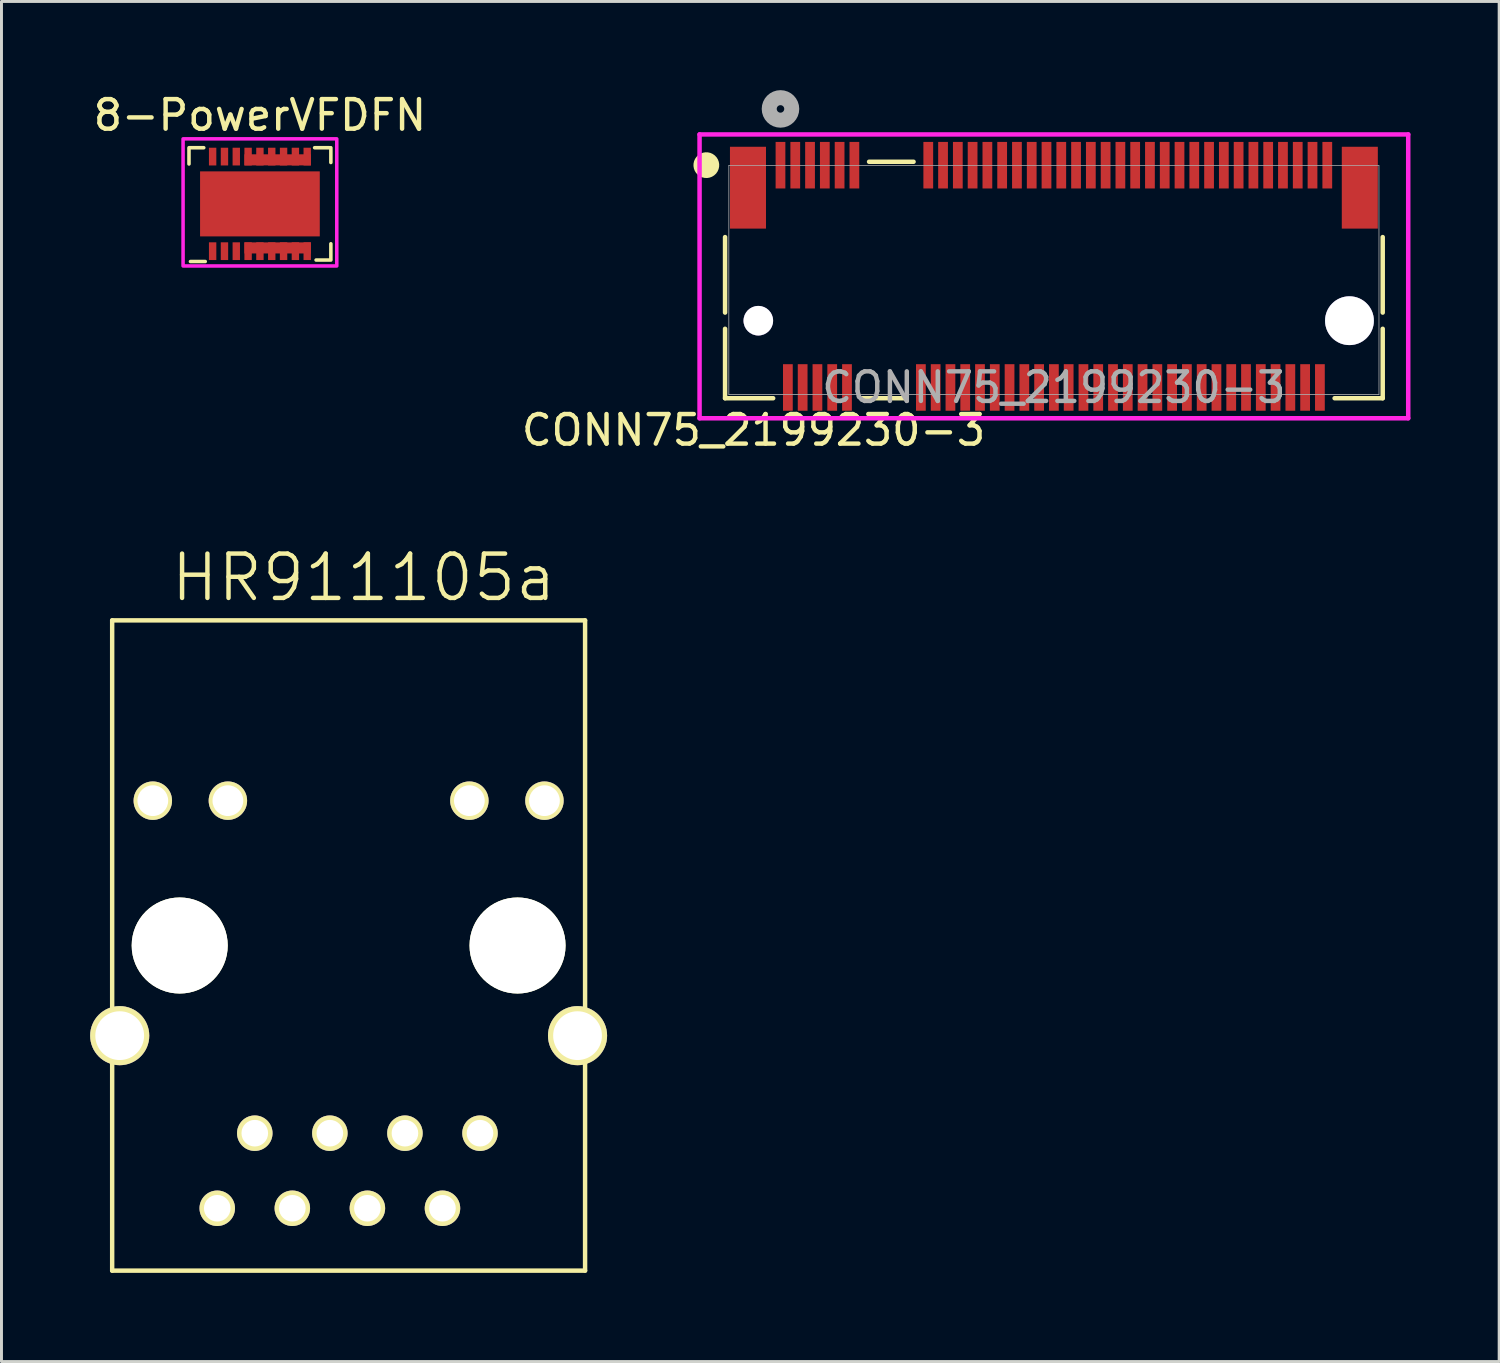
<source format=kicad_pcb>
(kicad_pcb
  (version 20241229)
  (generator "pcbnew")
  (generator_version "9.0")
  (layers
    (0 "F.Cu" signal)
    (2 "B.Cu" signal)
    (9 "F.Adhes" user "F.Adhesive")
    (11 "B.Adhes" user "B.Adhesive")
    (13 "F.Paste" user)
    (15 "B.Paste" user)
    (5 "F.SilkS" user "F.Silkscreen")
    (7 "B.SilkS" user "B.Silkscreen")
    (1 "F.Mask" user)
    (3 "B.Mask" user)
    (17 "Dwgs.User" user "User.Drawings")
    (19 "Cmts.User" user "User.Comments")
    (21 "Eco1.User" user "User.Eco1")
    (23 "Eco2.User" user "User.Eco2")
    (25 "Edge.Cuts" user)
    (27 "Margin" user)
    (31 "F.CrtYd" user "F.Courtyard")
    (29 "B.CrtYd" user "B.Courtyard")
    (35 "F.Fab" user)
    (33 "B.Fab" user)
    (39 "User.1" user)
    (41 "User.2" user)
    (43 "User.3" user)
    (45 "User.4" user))
  (footprint "HR911105a"
    (layer "F.Cu")
    (at 8.745 28.939)
    (property "Reference" "HR911105a" (at 0.508 -12.446 0) (layer "F.SilkS") (effects (font (size 1.5 1.5) (thickness 0.15))))
    (attr through_hole)
    (fp_line (start -8 -11) (end -8 11) (stroke (width 0.15) (type solid)) (layer "F.SilkS"))
    (fp_line (start -8 11) (end 8 11) (stroke (width 0.15) (type solid)) (layer "F.SilkS"))
    (fp_line (start 8 -11) (end -8 -11) (stroke (width 0.15) (type solid)) (layer "F.SilkS"))
    (fp_line (start 8 11) (end 8 -11) (stroke (width 0.15) (type solid)) (layer "F.SilkS"))
    (pad "" np_thru_hole circle (at -5.715 0) (size 3.25 3.25) (drill 3.25) (layers "*.Cu" "*.Mask" "F.SilkS"))
    (pad "" np_thru_hole circle (at 5.715 0) (size 3.25 3.25) (drill 3.25) (layers "*.Cu" "*.Mask" "F.SilkS"))
    (pad "1" thru_hole circle (at 4.445 6.35) (size 1.2 1.2) (drill 0.9) (layers "*.Cu" "*.Mask" "F.SilkS"))
    (pad "2" thru_hole circle (at 3.175 8.89) (size 1.2 1.2) (drill 0.9) (layers "*.Cu" "*.Mask" "F.SilkS"))
    (pad "3" thru_hole circle (at 1.905 6.35) (size 1.2 1.2) (drill 0.9) (layers "*.Cu" "*.Mask" "F.SilkS"))
    (pad "4" thru_hole circle (at 0.635 8.89) (size 1.2 1.2) (drill 0.9) (layers "*.Cu" "*.Mask" "F.SilkS"))
    (pad "5" thru_hole circle (at -0.635 6.35) (size 1.2 1.2) (drill 0.9) (layers "*.Cu" "*.Mask" "F.SilkS"))
    (pad "6" thru_hole circle (at -1.905 8.89) (size 1.2 1.2) (drill 0.9) (layers "*.Cu" "*.Mask" "F.SilkS"))
    (pad "7" thru_hole circle (at -3.175 6.35) (size 1.2 1.2) (drill 0.9) (layers "*.Cu" "*.Mask" "F.SilkS"))
    (pad "8" thru_hole circle (at -4.445 8.89) (size 1.2 1.2) (drill 0.9) (layers "*.Cu" "*.Mask" "F.SilkS"))
    (pad "9" thru_hole circle (at 6.625 -4.9) (size 1.3 1.3) (drill 1.04) (layers "*.Cu" "*.Mask" "F.SilkS"))
    (pad "10" thru_hole circle (at 4.085 -4.9) (size 1.3 1.3) (drill 1.04) (layers "*.Cu" "*.Mask" "F.SilkS"))
    (pad "11" thru_hole circle (at -4.085 -4.9) (size 1.3 1.3) (drill 1.04) (layers "*.Cu" "*.Mask" "F.SilkS"))
    (pad "12" thru_hole circle (at -6.625 -4.9) (size 1.3 1.3) (drill 1.04) (layers "*.Cu" "*.Mask" "F.SilkS"))
    (pad "13" thru_hole circle (at 7.745 3.05) (size 2 2) (drill 1.65) (layers "*.Cu" "*.Mask" "F.SilkS"))
    (pad "14" thru_hole circle (at -7.745 3.05) (size 2 2) (drill 1.65) (layers "*.Cu" "*.Mask" "F.SilkS")))
  (footprint "8-PowerVFDFN"
    (layer "F.Cu")
    (at 5.744 3.848)
    (property "Reference" "8-PowerVFDFN" (at 0 -3 0) (unlocked yes) (layer "F.SilkS") (effects (font (size 1 1) (thickness 0.15))))
    (attr smd)
    (fp_line (start -2.4 -1.9) (end -1.9 -1.9) (stroke (width 0.12) (type default)) (layer "F.SilkS"))
    (fp_line (start -2.4 -1.35) (end -2.4 -1.85) (stroke (width 0.12) (type default)) (layer "F.SilkS"))
    (fp_line (start -1.85 1.95) (end -2.35 1.95) (stroke (width 0.12) (type default)) (layer "F.SilkS"))
    (fp_line (start 1.85 -1.9) (end 2.35 -1.9) (stroke (width 0.12) (type default)) (layer "F.SilkS"))
    (fp_line (start 2.4 -1.9) (end 2.4 -1.4) (stroke (width 0.12) (type default)) (layer "F.SilkS"))
    (fp_line (start 2.4 1.35) (end 2.4 1.85) (stroke (width 0.12) (type default)) (layer "F.SilkS"))
    (fp_line (start 2.4 1.9) (end 1.9 1.9) (stroke (width 0.12) (type default)) (layer "F.SilkS"))
    (fp_rect (start -1.93 -1) (end -1.192 -0.15) (stroke (width 0) (type solid)) (fill yes) (layer "F.Paste"))
    (fp_rect (start -1.93 0.15) (end -1.192 1) (stroke (width 0) (type solid)) (fill yes) (layer "F.Paste"))
    (fp_rect (start -0.892 -1) (end -0.154 -0.15) (stroke (width 0) (type solid)) (fill yes) (layer "F.Paste"))
    (fp_rect (start -0.892 0.15) (end -0.154 1) (stroke (width 0) (type solid)) (fill yes) (layer "F.Paste"))
    (fp_rect (start 0.146 -1) (end 0.884 -0.15) (stroke (width 0) (type solid)) (fill yes) (layer "F.Paste"))
    (fp_rect (start 0.146 0.15) (end 0.884 1) (stroke (width 0) (type solid)) (fill yes) (layer "F.Paste"))
    (fp_rect (start 1.184 -1) (end 1.922 -0.15) (stroke (width 0) (type solid)) (fill yes) (layer "F.Paste"))
    (fp_rect (start 1.184 0.15) (end 1.922 1) (stroke (width 0) (type solid)) (fill yes) (layer "F.Paste"))
    (fp_rect (start -2.6 -2.2) (end 2.6 2.1) (stroke (width 0.12) (type default)) (fill no) (layer "F.CrtYd"))
    (pad "1" smd rect (at -1.6 1.6) (size 0.25 0.6) (layers "F.Cu" "F.Mask" "F.Paste"))
    (pad "2" smd rect (at -1.2 1.6) (size 0.25 0.6) (layers "F.Cu" "F.Mask" "F.Paste"))
    (pad "3" smd rect (at -0.8 1.6) (size 0.25 0.6) (layers "F.Cu" "F.Mask" "F.Paste"))
    (pad "4" smd rect (at -0.4 1.6) (size 0.25 0.6) (layers "F.Cu" "F.Mask" "F.Paste"))
    (pad "4" smd rect (at 0 1.6) (size 0.25 0.6) (layers "F.Cu" "F.Mask" "F.Paste"))
    (pad "4" smd rect (at 0.4 1.6) (size 0.25 0.6) (layers "F.Cu" "F.Mask" "F.Paste"))
    (pad "4" smd rect (at 0.6 1.49) (size 2.25 0.375) (layers "F.Cu" "F.Mask" "F.Paste"))
    (pad "4" smd rect (at 0.8 1.6) (size 0.25 0.6) (layers "F.Cu" "F.Mask" "F.Paste"))
    (pad "4" smd rect (at 1.2 1.6) (size 0.25 0.6) (layers "F.Cu" "F.Mask" "F.Paste"))
    (pad "4" smd rect (at 1.6 1.6) (size 0.25 0.6) (layers "F.Cu" "F.Mask" "F.Paste"))
    (pad "5" smd rect (at -0.4 -1.6) (size 0.25 0.6) (layers "F.Cu" "F.Mask" "F.Paste"))
    (pad "5" smd rect (at 0 -1.6) (size 0.25 0.6) (layers "F.Cu" "F.Mask" "F.Paste"))
    (pad "5" smd rect (at 0.4 -1.6) (size 0.25 0.6) (layers "F.Cu" "F.Mask" "F.Paste"))
    (pad "5" smd rect (at 0.6 -1.49) (size 2.25 0.375) (layers "F.Cu" "F.Mask" "F.Paste"))
    (pad "5" smd rect (at 0.8 -1.6) (size 0.25 0.6) (layers "F.Cu" "F.Mask" "F.Paste"))
    (pad "5" smd rect (at 1.2 -1.6) (size 0.25 0.6) (layers "F.Cu" "F.Mask" "F.Paste"))
    (pad "5" smd rect (at 1.6 -1.6) (size 0.25 0.6) (layers "F.Cu" "F.Mask" "F.Paste"))
    (pad "6" smd rect (at -0.8 -1.6) (size 0.25 0.6) (layers "F.Cu" "F.Mask" "F.Paste"))
    (pad "7" smd rect (at -1.2 -1.6) (size 0.25 0.6) (layers "F.Cu" "F.Mask" "F.Paste"))
    (pad "8" smd rect (at -1.6 -1.6) (size 0.25 0.6) (layers "F.Cu" "F.Mask" "F.Paste"))
    (pad "9" smd rect (at 0 0) (size 4.05 2.2) (layers "F.Cu" "F.Mask")))
  (footprint "CONN75_2199230-3"
    (layer "F.Cu")
    (at 32.606 6.423)
    (property "Reference" "CONN75_2199230-3" (at -10.16 5.08 0) (unlocked yes) (layer "F.SilkS") (effects (font (size 1 1) (thickness 0.15))))
    (attr smd)
    (fp_line (start -11.125 -1.451) (end -11.125 1.102) (stroke (width 0.152) (type solid)) (layer "F.SilkS"))
    (fp_line (start -11.125 1.651) (end -11.125 4) (stroke (width 0.152) (type solid)) (layer "F.SilkS"))
    (fp_line (start -11.125 4) (end -9.498 4) (stroke (width 0.152) (type solid)) (layer "F.SilkS"))
    (fp_line (start -6.502 4) (end -4.998 4) (stroke (width 0.152) (type solid)) (layer "F.SilkS"))
    (fp_line (start -4.748 -4) (end -6.252 -4) (stroke (width 0.152) (type solid)) (layer "F.SilkS"))
    (fp_line (start 9.498 4) (end 11.125 4) (stroke (width 0.152) (type solid)) (layer "F.SilkS"))
    (fp_line (start 11.125 1.102) (end 11.125 -1.451) (stroke (width 0.152) (type solid)) (layer "F.SilkS"))
    (fp_line (start 11.125 4) (end 11.125 1.651) (stroke (width 0.152) (type solid)) (layer "F.SilkS"))
    (fp_arc (start -11.621658 -3.765508) (mid -11.899372 -4.000748) (end -11.620401 -3.767) (stroke (width 0.508) (type solid)) (layer "F.SilkS"))
    (fp_line (start -11.988 -4.925) (end -11.988 4.678) (stroke (width 0.152) (type solid)) (layer "F.CrtYd"))
    (fp_line (start -11.988 4.678) (end 11.988 4.678) (stroke (width 0.152) (type solid)) (layer "F.CrtYd"))
    (fp_line (start 11.988 -4.925) (end -11.988 -4.925) (stroke (width 0.152) (type solid)) (layer "F.CrtYd"))
    (fp_line (start 11.988 4.678) (end 11.988 -4.925) (stroke (width 0.152) (type solid)) (layer "F.CrtYd"))
    (fp_line (start -10.998 -3.873) (end -10.998 3.873) (stroke (width 0.025) (type solid)) (layer "F.Fab"))
    (fp_line (start -10.998 3.873) (end 10.998 3.873) (stroke (width 0.025) (type solid)) (layer "F.Fab"))
    (fp_line (start 10.998 -3.873) (end -10.998 -3.873) (stroke (width 0.025) (type solid)) (layer "F.Fab"))
    (fp_line (start 10.998 3.873) (end 10.998 -3.873) (stroke (width 0.025) (type solid)) (layer "F.Fab"))
    (fp_circle (center -9.25 -5.788) (end -8.869 -5.788) (stroke (width 0.508) (type solid)) (fill no) (layer "F.Fab"))
    (fp_text user "${REFERENCE}" (at 0 3.636 0) (unlocked yes) (layer "F.Fab") (effects (font (size 1 1) (thickness 0.15))))
    (pad "1" smd rect (at -9.25 -3.884) (size 0.33 1.575) (layers "F.Cu" "F.Mask" "F.Paste"))
    (pad "2" smd rect (at -9 3.636) (size 0.33 1.575) (layers "F.Cu" "F.Mask" "F.Paste"))
    (pad "3" smd rect (at -8.75 -3.884) (size 0.33 1.575) (layers "F.Cu" "F.Mask" "F.Paste"))
    (pad "4" smd rect (at -8.5 3.636) (size 0.33 1.575) (layers "F.Cu" "F.Mask" "F.Paste"))
    (pad "5" smd rect (at -8.25 -3.884) (size 0.33 1.575) (layers "F.Cu" "F.Mask" "F.Paste"))
    (pad "6" smd rect (at -8 3.636) (size 0.33 1.575) (layers "F.Cu" "F.Mask" "F.Paste"))
    (pad "7" smd rect (at -7.75 -3.884) (size 0.33 1.575) (layers "F.Cu" "F.Mask" "F.Paste"))
    (pad "8" smd rect (at -7.5 3.636) (size 0.33 1.575) (layers "F.Cu" "F.Mask" "F.Paste"))
    (pad "9" smd rect (at -7.25 -3.884) (size 0.33 1.575) (layers "F.Cu" "F.Mask" "F.Paste"))
    (pad "10" smd rect (at -7 3.636) (size 0.33 1.575) (layers "F.Cu" "F.Mask" "F.Paste"))
    (pad "11" smd rect (at -6.75 -3.884) (size 0.33 1.575) (layers "F.Cu" "F.Mask" "F.Paste"))
    (pad "20" smd rect (at -4.5 3.636) (size 0.33 1.575) (layers "F.Cu" "F.Mask" "F.Paste"))
    (pad "21" smd rect (at -4.25 -3.884) (size 0.33 1.575) (layers "F.Cu" "F.Mask" "F.Paste"))
    (pad "22" smd rect (at -4 3.636) (size 0.33 1.575) (layers "F.Cu" "F.Mask" "F.Paste"))
    (pad "23" smd rect (at -3.75 -3.884) (size 0.33 1.575) (layers "F.Cu" "F.Mask" "F.Paste"))
    (pad "24" smd rect (at -3.5 3.636) (size 0.33 1.575) (layers "F.Cu" "F.Mask" "F.Paste"))
    (pad "25" smd rect (at -3.25 -3.884) (size 0.33 1.575) (layers "F.Cu" "F.Mask" "F.Paste"))
    (pad "26" smd rect (at -3 3.636) (size 0.33 1.575) (layers "F.Cu" "F.Mask" "F.Paste"))
    (pad "27" smd rect (at -2.75 -3.884) (size 0.33 1.575) (layers "F.Cu" "F.Mask" "F.Paste"))
    (pad "28" smd rect (at -2.5 3.636) (size 0.33 1.575) (layers "F.Cu" "F.Mask" "F.Paste"))
    (pad "29" smd rect (at -2.25 -3.884) (size 0.33 1.575) (layers "F.Cu" "F.Mask" "F.Paste"))
    (pad "30" smd rect (at -2 3.636) (size 0.33 1.575) (layers "F.Cu" "F.Mask" "F.Paste"))
    (pad "31" smd rect (at -1.75 -3.884) (size 0.33 1.575) (layers "F.Cu" "F.Mask" "F.Paste"))
    (pad "32" smd rect (at -1.5 3.636) (size 0.33 1.575) (layers "F.Cu" "F.Mask" "F.Paste"))
    (pad "33" smd rect (at -1.25 -3.884) (size 0.33 1.575) (layers "F.Cu" "F.Mask" "F.Paste"))
    (pad "34" smd rect (at -1 3.636) (size 0.33 1.575) (layers "F.Cu" "F.Mask" "F.Paste"))
    (pad "35" smd rect (at -0.75 -3.884) (size 0.33 1.575) (layers "F.Cu" "F.Mask" "F.Paste"))
    (pad "36" smd rect (at -0.5 3.636) (size 0.33 1.575) (layers "F.Cu" "F.Mask" "F.Paste"))
    (pad "37" smd rect (at -0.25 -3.884) (size 0.33 1.575) (layers "F.Cu" "F.Mask" "F.Paste"))
    (pad "38" smd rect (at 0 3.636) (size 0.33 1.575) (layers "F.Cu" "F.Mask" "F.Paste"))
    (pad "39" smd rect (at 0.25 -3.884) (size 0.33 1.575) (layers "F.Cu" "F.Mask" "F.Paste"))
    (pad "40" smd rect (at 0.5 3.636) (size 0.33 1.575) (layers "F.Cu" "F.Mask" "F.Paste"))
    (pad "41" smd rect (at 0.75 -3.884) (size 0.33 1.575) (layers "F.Cu" "F.Mask" "F.Paste"))
    (pad "42" smd rect (at 1 3.636) (size 0.33 1.575) (layers "F.Cu" "F.Mask" "F.Paste"))
    (pad "43" smd rect (at 1.25 -3.884) (size 0.33 1.575) (layers "F.Cu" "F.Mask" "F.Paste"))
    (pad "44" smd rect (at 1.5 3.636) (size 0.33 1.575) (layers "F.Cu" "F.Mask" "F.Paste"))
    (pad "45" smd rect (at 1.75 -3.884) (size 0.33 1.575) (layers "F.Cu" "F.Mask" "F.Paste"))
    (pad "46" smd rect (at 2 3.636) (size 0.33 1.575) (layers "F.Cu" "F.Mask" "F.Paste"))
    (pad "47" smd rect (at 2.25 -3.884) (size 0.33 1.575) (layers "F.Cu" "F.Mask" "F.Paste"))
    (pad "48" smd rect (at 2.5 3.636) (size 0.33 1.575) (layers "F.Cu" "F.Mask" "F.Paste"))
    (pad "49" smd rect (at 2.75 -3.884) (size 0.33 1.575) (layers "F.Cu" "F.Mask" "F.Paste"))
    (pad "50" smd rect (at 3 3.636) (size 0.33 1.575) (layers "F.Cu" "F.Mask" "F.Paste"))
    (pad "51" smd rect (at 3.25 -3.884) (size 0.33 1.575) (layers "F.Cu" "F.Mask" "F.Paste"))
    (pad "52" smd rect (at 3.5 3.636) (size 0.33 1.575) (layers "F.Cu" "F.Mask" "F.Paste"))
    (pad "53" smd rect (at 3.75 -3.884) (size 0.33 1.575) (layers "F.Cu" "F.Mask" "F.Paste"))
    (pad "54" smd rect (at 4 3.636) (size 0.33 1.575) (layers "F.Cu" "F.Mask" "F.Paste"))
    (pad "55" smd rect (at 4.25 -3.884) (size 0.33 1.575) (layers "F.Cu" "F.Mask" "F.Paste"))
    (pad "56" smd rect (at 4.5 3.636) (size 0.33 1.575) (layers "F.Cu" "F.Mask" "F.Paste"))
    (pad "57" smd rect (at 4.75 -3.884) (size 0.33 1.575) (layers "F.Cu" "F.Mask" "F.Paste"))
    (pad "58" smd rect (at 5 3.636) (size 0.33 1.575) (layers "F.Cu" "F.Mask" "F.Paste"))
    (pad "59" smd rect (at 5.25 -3.884) (size 0.33 1.575) (layers "F.Cu" "F.Mask" "F.Paste"))
    (pad "60" smd rect (at 5.5 3.636) (size 0.33 1.575) (layers "F.Cu" "F.Mask" "F.Paste"))
    (pad "61" smd rect (at 5.75 -3.884) (size 0.33 1.575) (layers "F.Cu" "F.Mask" "F.Paste"))
    (pad "62" smd rect (at 6 3.636) (size 0.33 1.575) (layers "F.Cu" "F.Mask" "F.Paste"))
    (pad "63" smd rect (at 6.25 -3.884) (size 0.33 1.575) (layers "F.Cu" "F.Mask" "F.Paste"))
    (pad "64" smd rect (at 6.5 3.636) (size 0.33 1.575) (layers "F.Cu" "F.Mask" "F.Paste"))
    (pad "65" smd rect (at 6.75 -3.884) (size 0.33 1.575) (layers "F.Cu" "F.Mask" "F.Paste"))
    (pad "66" smd rect (at 7 3.636) (size 0.33 1.575) (layers "F.Cu" "F.Mask" "F.Paste"))
    (pad "67" smd rect (at 7.25 -3.884) (size 0.33 1.575) (layers "F.Cu" "F.Mask" "F.Paste"))
    (pad "68" smd rect (at 7.5 3.636) (size 0.33 1.575) (layers "F.Cu" "F.Mask" "F.Paste"))
    (pad "69" smd rect (at 7.75 -3.884) (size 0.33 1.575) (layers "F.Cu" "F.Mask" "F.Paste"))
    (pad "70" smd rect (at 8 3.636) (size 0.33 1.575) (layers "F.Cu" "F.Mask" "F.Paste"))
    (pad "71" smd rect (at 8.25 -3.884) (size 0.33 1.575) (layers "F.Cu" "F.Mask" "F.Paste"))
    (pad "72" smd rect (at 8.5 3.636) (size 0.33 1.575) (layers "F.Cu" "F.Mask" "F.Paste"))
    (pad "73" smd rect (at 8.75 -3.884) (size 0.33 1.575) (layers "F.Cu" "F.Mask" "F.Paste"))
    (pad "74" smd rect (at 9 3.636) (size 0.33 1.575) (layers "F.Cu" "F.Mask" "F.Paste"))
    (pad "75" smd rect (at 9.25 -3.884) (size 0.33 1.575) (layers "F.Cu" "F.Mask" "F.Paste"))
    (pad "76" smd rect (at -10.35 -3.123 90) (size 2.769 1.219) (layers "F.Cu" "F.Mask" "F.Paste"))
    (pad "77" smd rect (at 10.35 -3.123 90) (size 2.769 1.219) (layers "F.Cu" "F.Mask" "F.Paste"))
    (pad "78" thru_hole circle (at -10 1.377 90) (size 1 1) (drill 1) (layers "*.Cu" "*.Mask"))
    (pad "79" thru_hole circle (at 10 1.377 90) (size 1.651 1.651) (drill 1.651) (layers "*.Cu" "*.Mask")))
  (gr_rect
    (start -3 -3)
    (end 47.671 43.014)
    (stroke (width 0.1) (type default))
    (fill no)
    (layer "Edge.Cuts")))
</source>
